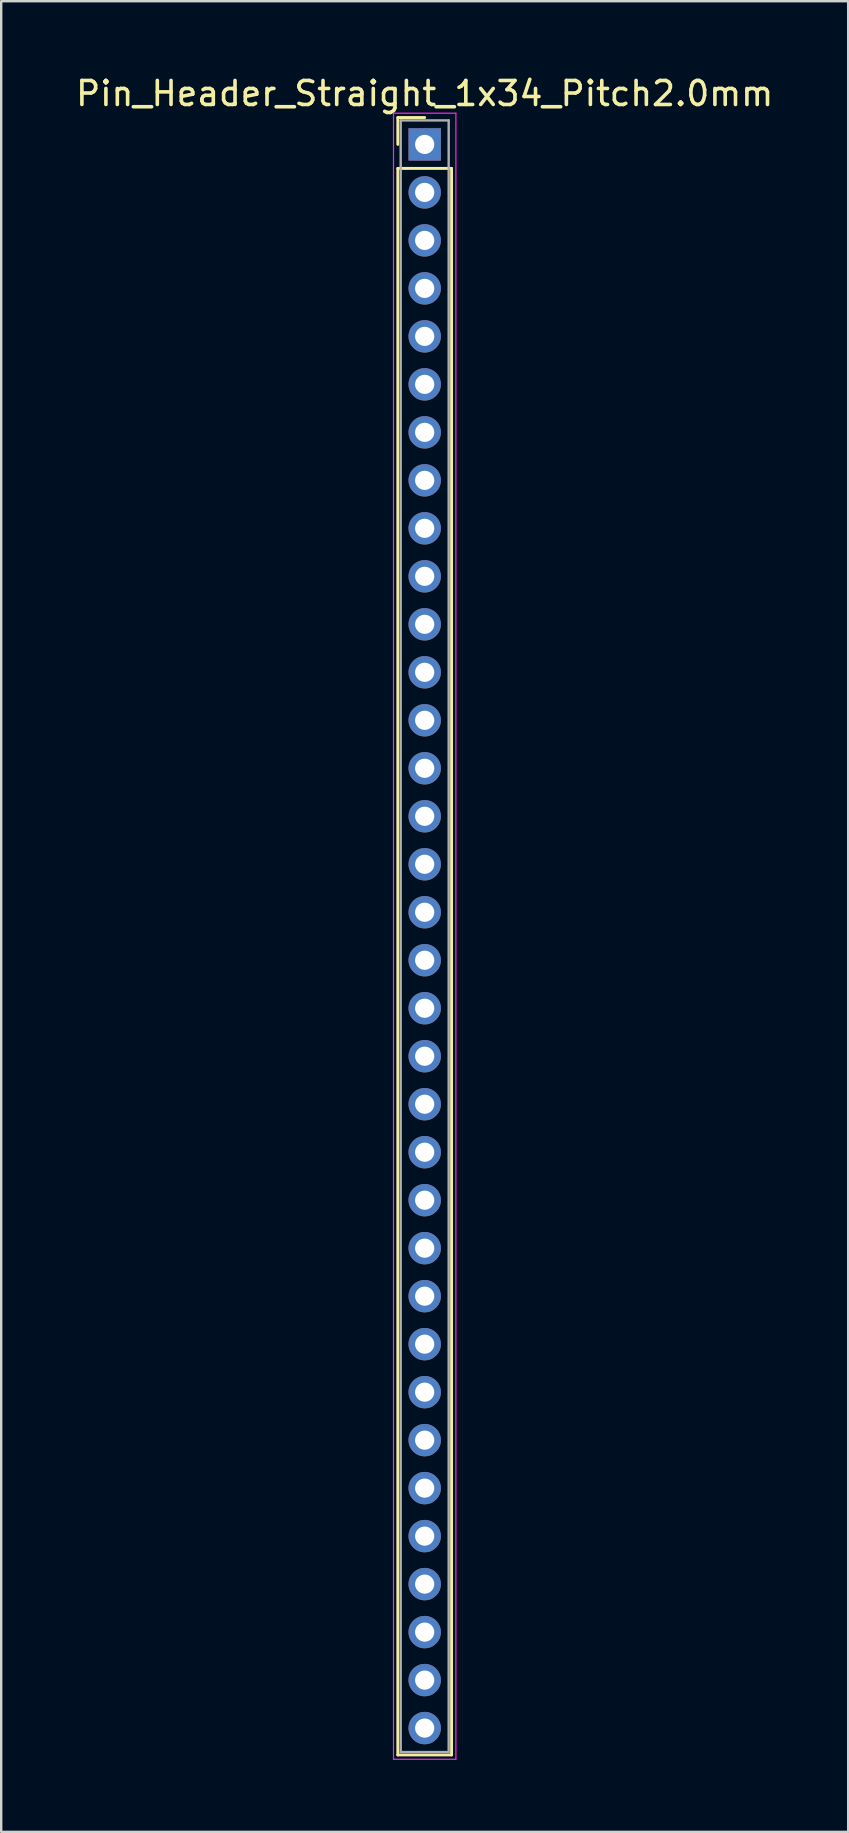
<source format=kicad_pcb>
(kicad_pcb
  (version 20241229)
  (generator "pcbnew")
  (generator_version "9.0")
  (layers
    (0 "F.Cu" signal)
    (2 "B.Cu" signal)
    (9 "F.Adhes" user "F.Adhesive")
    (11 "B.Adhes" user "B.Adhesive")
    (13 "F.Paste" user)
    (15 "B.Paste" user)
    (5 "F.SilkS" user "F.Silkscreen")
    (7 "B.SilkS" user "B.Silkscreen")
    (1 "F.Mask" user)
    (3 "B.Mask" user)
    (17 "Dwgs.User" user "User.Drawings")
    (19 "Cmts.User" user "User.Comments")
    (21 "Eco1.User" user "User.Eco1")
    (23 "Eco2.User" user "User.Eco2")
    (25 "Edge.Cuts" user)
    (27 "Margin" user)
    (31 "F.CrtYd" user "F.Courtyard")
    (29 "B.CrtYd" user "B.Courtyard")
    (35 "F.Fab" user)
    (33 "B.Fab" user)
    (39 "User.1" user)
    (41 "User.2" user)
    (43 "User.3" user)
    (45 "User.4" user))
  (footprint "Pin_Header_Straight_1x34_Pitch2.0mm"
    (layer "F.Cu")
    (at 14.649 2.968)
    (property "Reference" "Pin_Header_Straight_1x34_Pitch2.0mm" (at 0 -2.12 0) (layer "F.SilkS") (effects (font (size 1 1) (thickness 0.15))))
    (attr through_hole)
    (fp_line (start -1.12 -1.12) (end 0 -1.12) (stroke (width 0.12) (type solid)) (layer "F.SilkS"))
    (fp_line (start -1.12 0) (end -1.12 -1.12) (stroke (width 0.12) (type solid)) (layer "F.SilkS"))
    (fp_line (start -1.12 1) (end -1.12 67.12) (stroke (width 0.12) (type solid)) (layer "F.SilkS"))
    (fp_line (start -1.12 67.12) (end 1.12 67.12) (stroke (width 0.12) (type solid)) (layer "F.SilkS"))
    (fp_line (start 1.12 1) (end -1.12 1) (stroke (width 0.12) (type solid)) (layer "F.SilkS"))
    (fp_line (start 1.12 67.12) (end 1.12 1) (stroke (width 0.12) (type solid)) (layer "F.SilkS"))
    (fp_line (start -1.3 -1.3) (end -1.3 67.3) (stroke (width 0.05) (type solid)) (layer "F.CrtYd"))
    (fp_line (start -1.3 67.3) (end 1.3 67.3) (stroke (width 0.05) (type solid)) (layer "F.CrtYd"))
    (fp_line (start 1.3 -1.3) (end -1.3 -1.3) (stroke (width 0.05) (type solid)) (layer "F.CrtYd"))
    (fp_line (start 1.3 67.3) (end 1.3 -1.3) (stroke (width 0.05) (type solid)) (layer "F.CrtYd"))
    (fp_line (start -1 -1) (end -1 67) (stroke (width 0.1) (type solid)) (layer "F.Fab"))
    (fp_line (start -1 67) (end 1 67) (stroke (width 0.1) (type solid)) (layer "F.Fab"))
    (fp_line (start 1 -1) (end -1 -1) (stroke (width 0.1) (type solid)) (layer "F.Fab"))
    (fp_line (start 1 67) (end 1 -1) (stroke (width 0.1) (type solid)) (layer "F.Fab"))
    (pad "1" thru_hole rect (at 0 0) (size 1.35 1.35) (drill 0.8) (layers "*.Cu" "*.Mask"))
    (pad "2" thru_hole oval (at 0 2) (size 1.35 1.35) (drill 0.8) (layers "*.Cu" "*.Mask"))
    (pad "3" thru_hole oval (at 0 4) (size 1.35 1.35) (drill 0.8) (layers "*.Cu" "*.Mask"))
    (pad "4" thru_hole oval (at 0 6) (size 1.35 1.35) (drill 0.8) (layers "*.Cu" "*.Mask"))
    (pad "5" thru_hole oval (at 0 8) (size 1.35 1.35) (drill 0.8) (layers "*.Cu" "*.Mask"))
    (pad "6" thru_hole oval (at 0 10) (size 1.35 1.35) (drill 0.8) (layers "*.Cu" "*.Mask"))
    (pad "7" thru_hole oval (at 0 12) (size 1.35 1.35) (drill 0.8) (layers "*.Cu" "*.Mask"))
    (pad "8" thru_hole oval (at 0 14) (size 1.35 1.35) (drill 0.8) (layers "*.Cu" "*.Mask"))
    (pad "9" thru_hole oval (at 0 16) (size 1.35 1.35) (drill 0.8) (layers "*.Cu" "*.Mask"))
    (pad "10" thru_hole oval (at 0 18) (size 1.35 1.35) (drill 0.8) (layers "*.Cu" "*.Mask"))
    (pad "11" thru_hole oval (at 0 20) (size 1.35 1.35) (drill 0.8) (layers "*.Cu" "*.Mask"))
    (pad "12" thru_hole oval (at 0 22) (size 1.35 1.35) (drill 0.8) (layers "*.Cu" "*.Mask"))
    (pad "13" thru_hole oval (at 0 24) (size 1.35 1.35) (drill 0.8) (layers "*.Cu" "*.Mask"))
    (pad "14" thru_hole oval (at 0 26) (size 1.35 1.35) (drill 0.8) (layers "*.Cu" "*.Mask"))
    (pad "15" thru_hole oval (at 0 28) (size 1.35 1.35) (drill 0.8) (layers "*.Cu" "*.Mask"))
    (pad "16" thru_hole oval (at 0 30) (size 1.35 1.35) (drill 0.8) (layers "*.Cu" "*.Mask"))
    (pad "17" thru_hole oval (at 0 32) (size 1.35 1.35) (drill 0.8) (layers "*.Cu" "*.Mask"))
    (pad "18" thru_hole oval (at 0 34) (size 1.35 1.35) (drill 0.8) (layers "*.Cu" "*.Mask"))
    (pad "19" thru_hole oval (at 0 36) (size 1.35 1.35) (drill 0.8) (layers "*.Cu" "*.Mask"))
    (pad "20" thru_hole oval (at 0 38) (size 1.35 1.35) (drill 0.8) (layers "*.Cu" "*.Mask"))
    (pad "21" thru_hole oval (at 0 40) (size 1.35 1.35) (drill 0.8) (layers "*.Cu" "*.Mask"))
    (pad "22" thru_hole oval (at 0 42) (size 1.35 1.35) (drill 0.8) (layers "*.Cu" "*.Mask"))
    (pad "23" thru_hole oval (at 0 44) (size 1.35 1.35) (drill 0.8) (layers "*.Cu" "*.Mask"))
    (pad "24" thru_hole oval (at 0 46) (size 1.35 1.35) (drill 0.8) (layers "*.Cu" "*.Mask"))
    (pad "25" thru_hole oval (at 0 48) (size 1.35 1.35) (drill 0.8) (layers "*.Cu" "*.Mask"))
    (pad "26" thru_hole oval (at 0 50) (size 1.35 1.35) (drill 0.8) (layers "*.Cu" "*.Mask"))
    (pad "27" thru_hole oval (at 0 52) (size 1.35 1.35) (drill 0.8) (layers "*.Cu" "*.Mask"))
    (pad "28" thru_hole oval (at 0 54) (size 1.35 1.35) (drill 0.8) (layers "*.Cu" "*.Mask"))
    (pad "29" thru_hole oval (at 0 56) (size 1.35 1.35) (drill 0.8) (layers "*.Cu" "*.Mask"))
    (pad "30" thru_hole oval (at 0 58) (size 1.35 1.35) (drill 0.8) (layers "*.Cu" "*.Mask"))
    (pad "31" thru_hole oval (at 0 60) (size 1.35 1.35) (drill 0.8) (layers "*.Cu" "*.Mask"))
    (pad "32" thru_hole oval (at 0 62) (size 1.35 1.35) (drill 0.8) (layers "*.Cu" "*.Mask"))
    (pad "33" thru_hole oval (at 0 64) (size 1.35 1.35) (drill 0.8) (layers "*.Cu" "*.Mask"))
    (pad "34" thru_hole oval (at 0 66) (size 1.35 1.35) (drill 0.8) (layers "*.Cu" "*.Mask")))
  (gr_rect
    (start -3 -3)
    (end 32.298 73.293)
    (stroke (width 0.1) (type default))
    (fill no)
    (layer "Edge.Cuts")))
</source>
